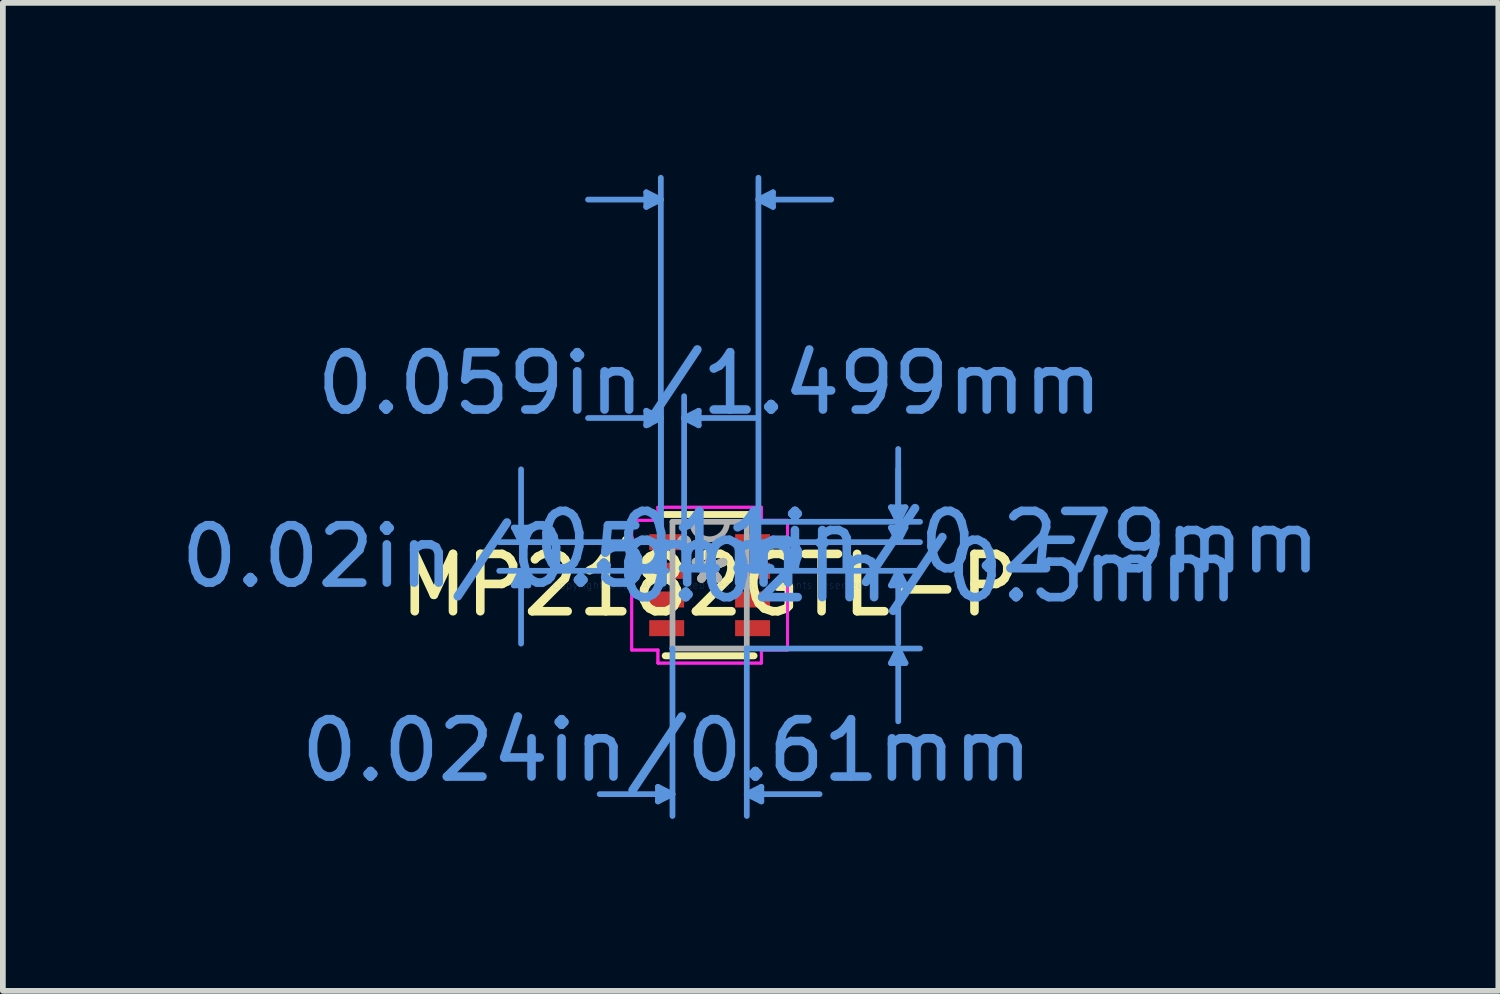
<source format=kicad_pcb>
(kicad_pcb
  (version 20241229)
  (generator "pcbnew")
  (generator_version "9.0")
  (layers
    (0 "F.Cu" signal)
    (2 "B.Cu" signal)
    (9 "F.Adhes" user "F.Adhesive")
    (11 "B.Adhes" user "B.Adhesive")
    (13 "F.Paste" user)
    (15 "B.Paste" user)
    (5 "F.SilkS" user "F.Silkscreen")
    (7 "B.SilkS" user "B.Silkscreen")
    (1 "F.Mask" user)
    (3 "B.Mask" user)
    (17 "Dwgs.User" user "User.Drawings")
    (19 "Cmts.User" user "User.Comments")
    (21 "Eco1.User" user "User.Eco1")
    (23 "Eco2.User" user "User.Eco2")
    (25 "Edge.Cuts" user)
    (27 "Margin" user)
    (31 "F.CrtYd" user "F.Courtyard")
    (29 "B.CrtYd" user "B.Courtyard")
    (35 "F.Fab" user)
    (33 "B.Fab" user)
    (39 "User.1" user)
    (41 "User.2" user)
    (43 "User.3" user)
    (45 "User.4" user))
  (footprint "MP2182GTL-P"
    (layer "F.Cu")
    (at 9.327 7.156)
    (property "Reference" "MP2182GTL-P" (at 0 0 0) (layer "F.SilkS") (effects (font (size 1 1) (thickness 0.15))))
    (attr through_hole)
    (fp_line (start -0.775 1.232) (end 0.775 1.232) (stroke (width 0.12) (type solid)) (layer "F.SilkS"))
    (fp_line (start 0.775 -1.232) (end -0.775 -1.232) (stroke (width 0.12) (type solid)) (layer "F.SilkS"))
    (fp_arc (start -1.38684 -0.676171) (mid -1.4819 -0.75) (end -1.38684 -0.823829) (stroke (width 0.12) (type solid)) (layer "F.SilkS"))
    (fp_line (start -3.416 -1.004) (end -3.162 -1.004) (stroke (width 0.1) (type solid)) (layer "Cmts.User"))
    (fp_line (start -3.416 0.004) (end -3.162 0.004) (stroke (width 0.1) (type solid)) (layer "Cmts.User"))
    (fp_line (start -3.289 -0.75) (end -3.416 -1.004) (stroke (width 0.1) (type solid)) (layer "Cmts.User"))
    (fp_line (start -3.289 -0.75) (end -3.289 -2.02) (stroke (width 0.1) (type solid)) (layer "Cmts.User"))
    (fp_line (start -3.289 -0.75) (end -3.162 -1.004) (stroke (width 0.1) (type solid)) (layer "Cmts.User"))
    (fp_line (start -3.289 -0.25) (end -3.416 0.004) (stroke (width 0.1) (type solid)) (layer "Cmts.User"))
    (fp_line (start -3.289 -0.25) (end -3.289 1.02) (stroke (width 0.1) (type solid)) (layer "Cmts.User"))
    (fp_line (start -3.289 -0.25) (end -3.162 0.004) (stroke (width 0.1) (type solid)) (layer "Cmts.User"))
    (fp_line (start -1.105 -6.852) (end -1.105 -6.598) (stroke (width 0.1) (type solid)) (layer "Cmts.User"))
    (fp_line (start -1.105 -3.042) (end -1.105 -2.788) (stroke (width 0.1) (type solid)) (layer "Cmts.User"))
    (fp_line (start -0.902 3.518) (end -0.902 3.772) (stroke (width 0.1) (type solid)) (layer "Cmts.User"))
    (fp_line (start -0.851 -6.725) (end -2.121 -6.725) (stroke (width 0.1) (type solid)) (layer "Cmts.User"))
    (fp_line (start -0.851 -6.725) (end -1.105 -6.852) (stroke (width 0.1) (type solid)) (layer "Cmts.User"))
    (fp_line (start -0.851 -6.725) (end -1.105 -6.598) (stroke (width 0.1) (type solid)) (layer "Cmts.User"))
    (fp_line (start -0.851 -2.915) (end -2.121 -2.915) (stroke (width 0.1) (type solid)) (layer "Cmts.User"))
    (fp_line (start -0.851 -2.915) (end -1.105 -3.042) (stroke (width 0.1) (type solid)) (layer "Cmts.User"))
    (fp_line (start -0.851 -2.915) (end -1.105 -2.788) (stroke (width 0.1) (type solid)) (layer "Cmts.User"))
    (fp_line (start -0.851 -0.375) (end -0.851 -7.106) (stroke (width 0.1) (type solid)) (layer "Cmts.User"))
    (fp_line (start -0.851 -0.375) (end -0.851 -3.296) (stroke (width 0.1) (type solid)) (layer "Cmts.User"))
    (fp_line (start -0.749 -0.75) (end -3.67 -0.75) (stroke (width 0.1) (type solid)) (layer "Cmts.User"))
    (fp_line (start -0.749 -0.25) (end -3.67 -0.25) (stroke (width 0.1) (type solid)) (layer "Cmts.User"))
    (fp_line (start -0.648 1.105) (end -0.648 4.026) (stroke (width 0.1) (type solid)) (layer "Cmts.User"))
    (fp_line (start -0.648 3.645) (end -1.918 3.645) (stroke (width 0.1) (type solid)) (layer "Cmts.User"))
    (fp_line (start -0.648 3.645) (end -0.902 3.518) (stroke (width 0.1) (type solid)) (layer "Cmts.User"))
    (fp_line (start -0.648 3.645) (end -0.902 3.772) (stroke (width 0.1) (type solid)) (layer "Cmts.User"))
    (fp_line (start -0.445 -2.915) (end -0.191 -3.042) (stroke (width 0.1) (type solid)) (layer "Cmts.User"))
    (fp_line (start -0.445 -2.915) (end -0.191 -2.788) (stroke (width 0.1) (type solid)) (layer "Cmts.User"))
    (fp_line (start -0.445 -2.915) (end 0.826 -2.915) (stroke (width 0.1) (type solid)) (layer "Cmts.User"))
    (fp_line (start -0.445 -0.375) (end -0.445 -3.296) (stroke (width 0.1) (type solid)) (layer "Cmts.User"))
    (fp_line (start -0.191 -3.042) (end -0.191 -2.788) (stroke (width 0.1) (type solid)) (layer "Cmts.User"))
    (fp_line (start 0.648 -1.105) (end 3.67 -1.105) (stroke (width 0.1) (type solid)) (layer "Cmts.User"))
    (fp_line (start 0.648 1.105) (end 0.648 4.026) (stroke (width 0.1) (type solid)) (layer "Cmts.User"))
    (fp_line (start 0.648 1.105) (end 3.67 1.105) (stroke (width 0.1) (type solid)) (layer "Cmts.User"))
    (fp_line (start 0.648 3.645) (end 0.902 3.518) (stroke (width 0.1) (type solid)) (layer "Cmts.User"))
    (fp_line (start 0.648 3.645) (end 0.902 3.772) (stroke (width 0.1) (type solid)) (layer "Cmts.User"))
    (fp_line (start 0.648 3.645) (end 1.918 3.645) (stroke (width 0.1) (type solid)) (layer "Cmts.User"))
    (fp_line (start 0.749 -0.75) (end 3.67 -0.75) (stroke (width 0.1) (type solid)) (layer "Cmts.User"))
    (fp_line (start 0.749 -0.25) (end 3.67 -0.25) (stroke (width 0.1) (type solid)) (layer "Cmts.User"))
    (fp_line (start 0.851 -6.725) (end 1.105 -6.852) (stroke (width 0.1) (type solid)) (layer "Cmts.User"))
    (fp_line (start 0.851 -6.725) (end 1.105 -6.598) (stroke (width 0.1) (type solid)) (layer "Cmts.User"))
    (fp_line (start 0.851 -6.725) (end 2.121 -6.725) (stroke (width 0.1) (type solid)) (layer "Cmts.User"))
    (fp_line (start 0.851 -0.375) (end 0.851 -7.106) (stroke (width 0.1) (type solid)) (layer "Cmts.User"))
    (fp_line (start 0.902 3.518) (end 0.902 3.772) (stroke (width 0.1) (type solid)) (layer "Cmts.User"))
    (fp_line (start 1.105 -6.852) (end 1.105 -6.598) (stroke (width 0.1) (type solid)) (layer "Cmts.User"))
    (fp_line (start 3.162 -1.359) (end 3.416 -1.359) (stroke (width 0.1) (type solid)) (layer "Cmts.User"))
    (fp_line (start 3.162 -1.004) (end 3.416 -1.004) (stroke (width 0.1) (type solid)) (layer "Cmts.User"))
    (fp_line (start 3.162 0.004) (end 3.416 0.004) (stroke (width 0.1) (type solid)) (layer "Cmts.User"))
    (fp_line (start 3.162 1.359) (end 3.416 1.359) (stroke (width 0.1) (type solid)) (layer "Cmts.User"))
    (fp_line (start 3.289 -1.105) (end 3.162 -1.359) (stroke (width 0.1) (type solid)) (layer "Cmts.User"))
    (fp_line (start 3.289 -1.105) (end 3.289 -2.375) (stroke (width 0.1) (type solid)) (layer "Cmts.User"))
    (fp_line (start 3.289 -1.105) (end 3.416 -1.359) (stroke (width 0.1) (type solid)) (layer "Cmts.User"))
    (fp_line (start 3.289 -0.75) (end 3.162 -1.004) (stroke (width 0.1) (type solid)) (layer "Cmts.User"))
    (fp_line (start 3.289 -0.75) (end 3.289 -2.02) (stroke (width 0.1) (type solid)) (layer "Cmts.User"))
    (fp_line (start 3.289 -0.75) (end 3.416 -1.004) (stroke (width 0.1) (type solid)) (layer "Cmts.User"))
    (fp_line (start 3.289 -0.25) (end 3.162 0.004) (stroke (width 0.1) (type solid)) (layer "Cmts.User"))
    (fp_line (start 3.289 -0.25) (end 3.289 1.02) (stroke (width 0.1) (type solid)) (layer "Cmts.User"))
    (fp_line (start 3.289 -0.25) (end 3.416 0.004) (stroke (width 0.1) (type solid)) (layer "Cmts.User"))
    (fp_line (start 3.289 1.105) (end 3.162 1.359) (stroke (width 0.1) (type solid)) (layer "Cmts.User"))
    (fp_line (start 3.289 1.105) (end 3.289 2.375) (stroke (width 0.1) (type solid)) (layer "Cmts.User"))
    (fp_line (start 3.289 1.105) (end 3.416 1.359) (stroke (width 0.1) (type solid)) (layer "Cmts.User"))
    (fp_line (start -1.359 -1.131) (end -0.902 -1.131) (stroke (width 0.05) (type solid)) (layer "F.CrtYd"))
    (fp_line (start -1.359 -1.131) (end -0.902 -1.131) (stroke (width 0.05) (type solid)) (layer "F.CrtYd"))
    (fp_line (start -1.359 1.131) (end -1.359 -1.131) (stroke (width 0.05) (type solid)) (layer "F.CrtYd"))
    (fp_line (start -1.359 1.131) (end -1.359 -1.131) (stroke (width 0.05) (type solid)) (layer "F.CrtYd"))
    (fp_line (start -0.902 -1.359) (end 0.902 -1.359) (stroke (width 0.05) (type solid)) (layer "F.CrtYd"))
    (fp_line (start -0.902 -1.359) (end 0.902 -1.359) (stroke (width 0.05) (type solid)) (layer "F.CrtYd"))
    (fp_line (start -0.902 -1.131) (end -0.902 -1.359) (stroke (width 0.05) (type solid)) (layer "F.CrtYd"))
    (fp_line (start -0.902 -1.131) (end -0.902 -1.359) (stroke (width 0.05) (type solid)) (layer "F.CrtYd"))
    (fp_line (start -0.902 1.131) (end -1.359 1.131) (stroke (width 0.05) (type solid)) (layer "F.CrtYd"))
    (fp_line (start -0.902 1.131) (end -1.359 1.131) (stroke (width 0.05) (type solid)) (layer "F.CrtYd"))
    (fp_line (start -0.902 1.359) (end -0.902 1.131) (stroke (width 0.05) (type solid)) (layer "F.CrtYd"))
    (fp_line (start -0.902 1.359) (end -0.902 1.131) (stroke (width 0.05) (type solid)) (layer "F.CrtYd"))
    (fp_line (start 0.902 -1.359) (end 0.902 -1.131) (stroke (width 0.05) (type solid)) (layer "F.CrtYd"))
    (fp_line (start 0.902 -1.359) (end 0.902 -1.131) (stroke (width 0.05) (type solid)) (layer "F.CrtYd"))
    (fp_line (start 0.902 -1.131) (end 1.359 -1.131) (stroke (width 0.05) (type solid)) (layer "F.CrtYd"))
    (fp_line (start 0.902 -1.131) (end 1.359 -1.131) (stroke (width 0.05) (type solid)) (layer "F.CrtYd"))
    (fp_line (start 0.902 1.131) (end 0.902 1.359) (stroke (width 0.05) (type solid)) (layer "F.CrtYd"))
    (fp_line (start 0.902 1.131) (end 0.902 1.359) (stroke (width 0.05) (type solid)) (layer "F.CrtYd"))
    (fp_line (start 0.902 1.359) (end -0.902 1.359) (stroke (width 0.05) (type solid)) (layer "F.CrtYd"))
    (fp_line (start 0.902 1.359) (end -0.902 1.359) (stroke (width 0.05) (type solid)) (layer "F.CrtYd"))
    (fp_line (start 1.359 -1.131) (end 1.359 1.131) (stroke (width 0.05) (type solid)) (layer "F.CrtYd"))
    (fp_line (start 1.359 -1.131) (end 1.359 1.131) (stroke (width 0.05) (type solid)) (layer "F.CrtYd"))
    (fp_line (start 1.359 1.131) (end 0.902 1.131) (stroke (width 0.05) (type solid)) (layer "F.CrtYd"))
    (fp_line (start 1.359 1.131) (end 0.902 1.131) (stroke (width 0.05) (type solid)) (layer "F.CrtYd"))
    (fp_line (start -0.648 -1.105) (end -0.648 1.105) (stroke (width 0.1) (type solid)) (layer "F.Fab"))
    (fp_line (start -0.648 1.105) (end 0.648 1.105) (stroke (width 0.1) (type solid)) (layer "F.Fab"))
    (fp_line (start 0.648 -1.105) (end -0.648 -1.105) (stroke (width 0.1) (type solid)) (layer "F.Fab"))
    (fp_line (start 0.648 1.105) (end 0.648 -1.105) (stroke (width 0.1) (type solid)) (layer "F.Fab"))
    (fp_arc (start 0.3048 -1.1049) (mid 0 -0.8001) (end -0.3048 -1.1049) (stroke (width 0.1) (type solid)) (layer "F.Fab"))
    (fp_circle (center -0.445 -0.75) (end -0.368 -0.75) (stroke (width 0.1) (type solid)) (fill no) (layer "F.Fab"))
    (fp_text user "*" (at 0 0 0) (layer "F.SilkS") (effects (font (size 1 1) (thickness 0.15))))
    (fp_text user "0.024in/0.61mm" (at -0.749 2.883 0) (layer "Cmts.User") (effects (font (size 1 1) (thickness 0.15))))
    (fp_text user "0.02in/0.5mm" (at -3.797 -0.5 0) (layer "Cmts.User") (effects (font (size 1 1) (thickness 0.15))))
    (fp_text user "Copyright 2021 Accelerated Designs. All rights reserved." (at 0 0 0) (layer "Cmts.User") (effects (font (size 0.127 0.127) (thickness 0.002))))
    (fp_text user "0.011in/0.279mm" (at 3.797 -0.75 0) (layer "Cmts.User") (effects (font (size 1 1) (thickness 0.15))))
    (fp_text user "0.059in/1.499mm" (at 0 -3.518 0) (layer "Cmts.User") (effects (font (size 1 1) (thickness 0.15))))
    (fp_text user "0.02in/0.5mm" (at 3.797 -0.246 0) (layer "Cmts.User") (effects (font (size 1 1) (thickness 0.15))))
    (fp_text user "*" (at 0 0 0) (layer "F.Fab") (effects (font (size 1 1) (thickness 0.15))))
    (pad "1" smd rect (at -0.749 -0.75) (size 0.61 0.279) (layers "F.Cu" "F.Mask" "F.Paste"))
    (pad "2" smd rect (at -0.749 -0.25) (size 0.61 0.279) (layers "F.Cu" "F.Mask" "F.Paste"))
    (pad "3" smd rect (at -0.749 0.25) (size 0.61 0.279) (layers "F.Cu" "F.Mask" "F.Paste"))
    (pad "4" smd rect (at -0.749 0.75) (size 0.61 0.279) (layers "F.Cu" "F.Mask" "F.Paste"))
    (pad "5" smd rect (at 0.749 0.75) (size 0.61 0.279) (layers "F.Cu" "F.Mask" "F.Paste"))
    (pad "6" smd rect (at 0.749 0.25) (size 0.61 0.279) (layers "F.Cu" "F.Mask" "F.Paste"))
    (pad "7" smd rect (at 0.749 -0.25) (size 0.61 0.279) (layers "F.Cu" "F.Mask" "F.Paste"))
    (pad "8" smd rect (at 0.749 -0.75) (size 0.61 0.279) (layers "F.Cu" "F.Mask" "F.Paste")))
  (gr_rect
    (start -3 -3)
    (end 23.083 14.232)
    (stroke (width 0.1) (type default))
    (fill no)
    (layer "Edge.Cuts")))
</source>
